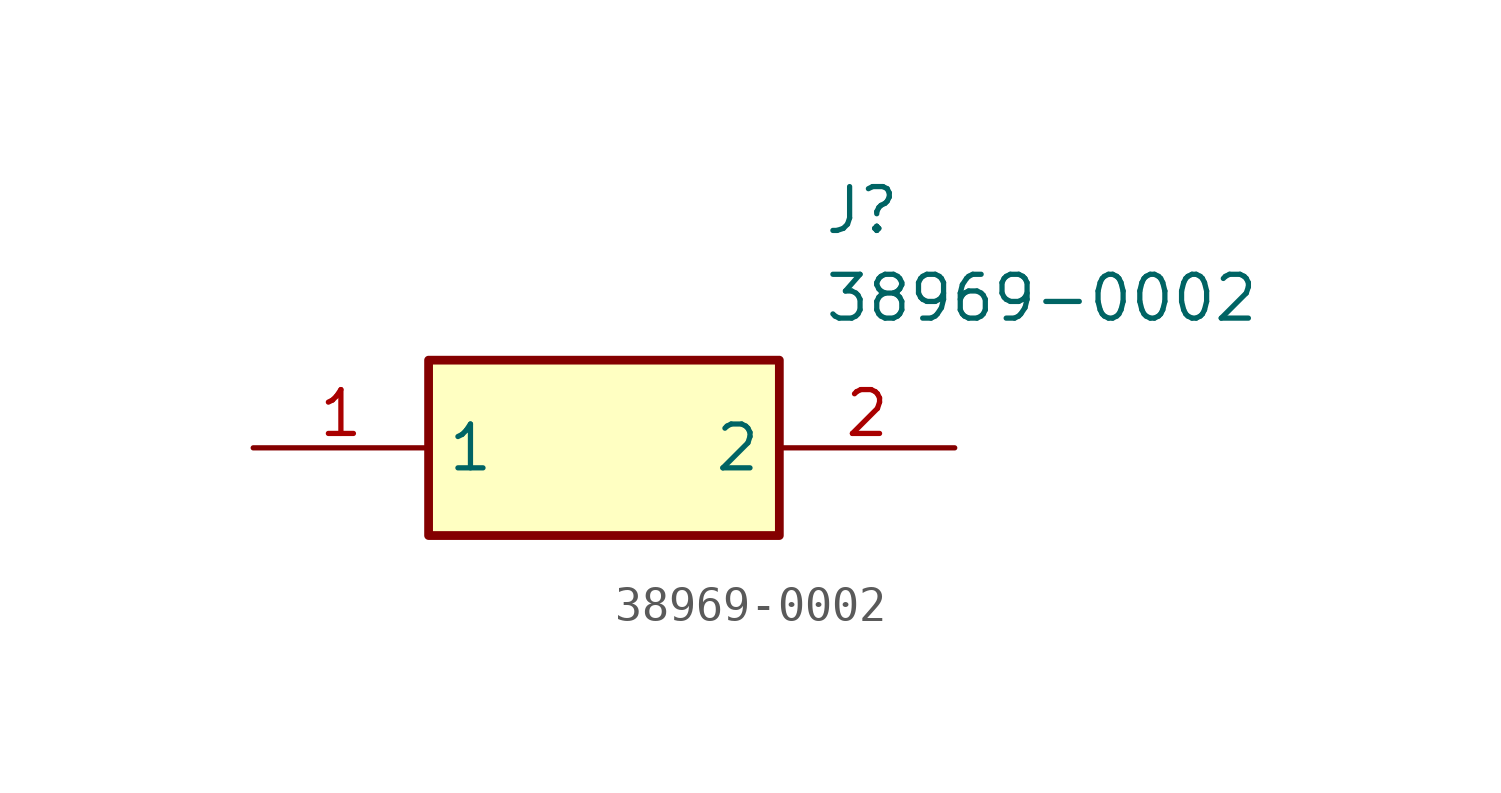
<source format=kicad_sym>
(kicad_symbol_lib
  (version 20211014)
  (generator SamacSys_ECAD_Model)
  (symbol "38969-0002"
    (property "Reference" "J"
      (at 16.51 7.62 0)
      (effects (font (size 1.27 1.27)) (justify left top)))
    (property "Value" "38969-0002"
      (at 16.51 5.08 0)
      (effects (font (size 1.27 1.27)) (justify left top)))
    (rectangle
      (start 5.08 2.54)
      (end 15.24 -2.54)
      (stroke (width 0.254) (type default))
      (fill (type background)))
    (pin passive line
      (at 0 0 0)
      (length 5.08)
      (name "1" (effects (font (size 1.27 1.27))))
      (number "1" (effects (font (size 1.27 1.27)))))
    (pin passive line
      (at 20.32 0 180)
      (length 5.08)
      (name "2" (effects (font (size 1.27 1.27))))
      (number "2" (effects (font (size 1.27 1.27)))))))
</source>
